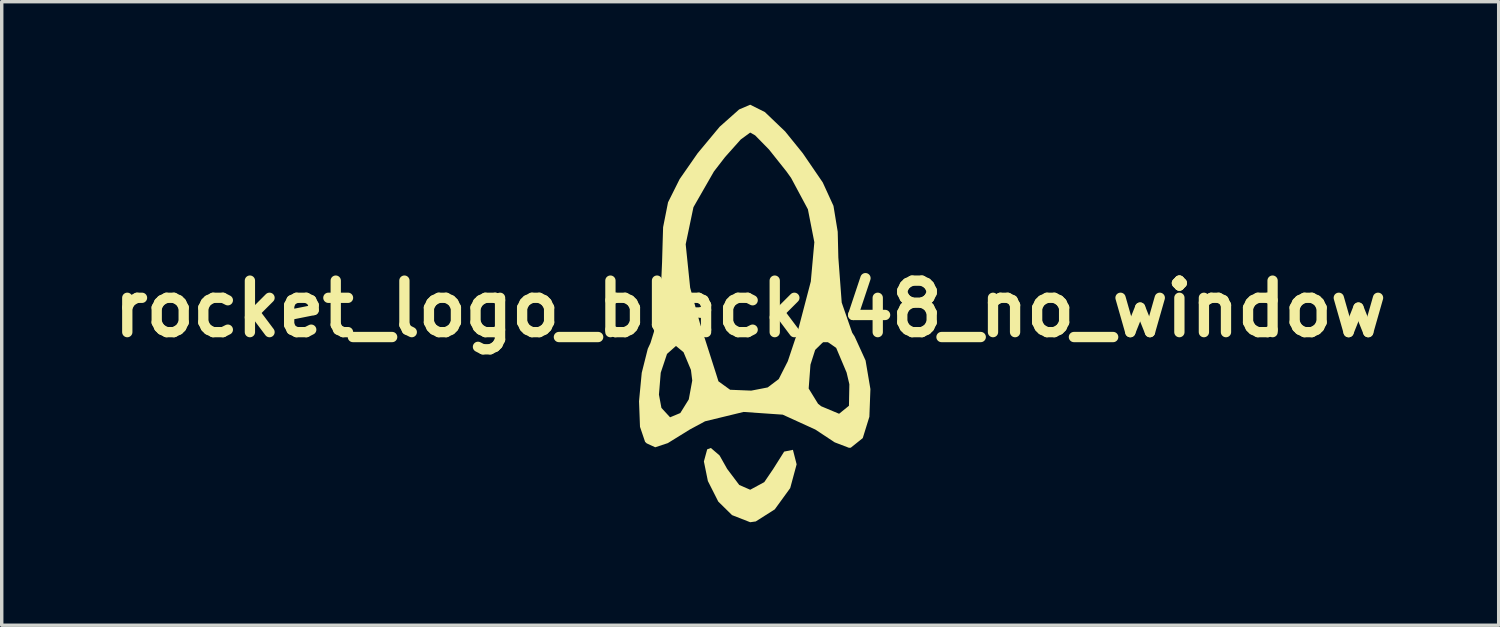
<source format=kicad_pcb>
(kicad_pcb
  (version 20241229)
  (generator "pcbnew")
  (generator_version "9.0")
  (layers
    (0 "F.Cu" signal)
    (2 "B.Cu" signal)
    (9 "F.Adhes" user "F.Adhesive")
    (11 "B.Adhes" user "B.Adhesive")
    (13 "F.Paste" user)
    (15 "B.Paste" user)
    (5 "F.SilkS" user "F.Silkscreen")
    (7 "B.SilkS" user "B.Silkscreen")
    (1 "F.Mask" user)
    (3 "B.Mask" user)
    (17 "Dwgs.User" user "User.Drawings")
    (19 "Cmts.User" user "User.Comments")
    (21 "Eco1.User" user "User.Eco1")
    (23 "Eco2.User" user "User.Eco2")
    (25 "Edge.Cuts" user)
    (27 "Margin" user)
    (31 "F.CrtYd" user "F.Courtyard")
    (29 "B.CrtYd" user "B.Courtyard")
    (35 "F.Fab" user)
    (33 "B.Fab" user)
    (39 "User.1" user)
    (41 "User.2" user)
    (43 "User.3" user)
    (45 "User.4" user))
  (footprint "rocket_logo_black_48_no_window"
    (layer "F.Cu")
    (at 18.8 5.945)
    (property "Reference" "rocket_logo_black_48_no_window" (at 0 0 0) (layer "F.SilkS") (effects (font (size 1.5 1.5) (thickness 0.3))))
    (attr board_only exclude_from_pos_files exclude_from_bom)
    (fp_poly (pts (xy -0.892 4.271) (xy -0.672 4.661) (xy -0.319 5.13) (xy 0 5.269) (xy 0.41 5.047) (xy 0.672 4.661) (xy 0.989 4.158) (xy 1.244 4.106) (xy 1.351 4.524) (xy 1.351 4.533) (xy 1.165 5.221) (xy 0.715 5.841) (xy 0.162 6.192) (xy 0 6.215) (xy -0.529 6.008) (xy -0.93 5.614) (xy -1.233 5.015) (xy -1.349 4.445) (xy -1.253 4.092) (xy -1.145 4.053)) (stroke (width 0) (type solid)) (fill yes) (layer "F.SilkS"))
    (fp_poly (pts (xy 0.426 -5.732) (xy 1.018 -5.166) (xy 1.531 -4.532) (xy 2.113 -3.681) (xy 2.425 -2.999) (xy 2.549 -2.245) (xy 2.567 -1.492) (xy 2.665 -0.183) (xy 2.971 0.697) (xy 3.04 0.803) (xy 3.36 1.504) (xy 3.501 2.337) (xy 3.471 3.143) (xy 3.278 3.765) (xy 2.93 4.044) (xy 2.876 4.047) (xy 2.46 3.888) (xy 1.894 3.514) (xy 1.891 3.513) (xy 0.947 3.082) (xy -0.194 3.003) (xy -1.316 3.276) (xy -1.756 3.513) (xy -2.4 3.911) (xy -2.767 4.032) (xy -3.015 3.918) (xy -3.062 3.873) (xy -3.21 3.436) (xy -3.238 2.693) (xy -3.22 2.499) (xy -2.658 2.499) (xy -2.586 2.885) (xy -2.334 3.159) (xy -2.036 3.035) (xy -1.789 2.637) (xy -1.688 2.088) (xy -1.726 1.779) (xy -1.942 1.263) (xy -2.162 1.081) (xy -2.423 1.313) (xy -2.606 1.861) (xy -2.658 2.499) (xy -3.22 2.499) (xy -3.159 1.863) (xy -2.983 1.163) (xy -2.905 0.996) (xy -2.727 0.42) (xy -2.605 -0.483) (xy -2.567 -1.357) (xy -2.552 -1.881) (xy -1.879 -1.881) (xy -1.749 -0.616) (xy -1.463 0.425) (xy -1.196 1.259) (xy -0.989 1.907) (xy -0.925 2.111) (xy -0.585 2.357) (xy 0.03 2.382) (xy 0.347 2.321) (xy 1.703 2.321) (xy 1.976 2.765) (xy 2.069 2.838) (xy 2.589 3.056) (xy 2.876 2.823) (xy 2.888 2.197) (xy 2.808 1.857) (xy 2.504 1.137) (xy 2.181 0.912) (xy 1.892 1.196) (xy 1.755 1.626) (xy 1.703 2.321) (xy 0.347 2.321) (xy 0.509 2.289) (xy 0.831 2.046) (xy 1.095 1.526) (xy 1.379 0.676) (xy 1.765 -0.796) (xy 1.868 -1.941) (xy 1.68 -2.9) (xy 1.19 -3.814) (xy 1.057 -4) (xy 0.546 -4.642) (xy 0.143 -5.053) (xy 0 -5.134) (xy -0.274 -4.934) (xy -0.732 -4.421) (xy -1.057 -4) (xy -1.653 -2.961) (xy -1.879 -1.881) (xy -2.552 -1.881) (xy -2.537 -2.377) (xy -2.393 -3.103) (xy -2.055 -3.779) (xy -1.531 -4.532) (xy -0.89 -5.303) (xy -0.323 -5.807) (xy 0 -5.945)) (stroke (width 0) (type solid)) (fill yes) (layer "F.SilkS")))
  (gr_rect
    (start -3 -3)
    (end 40.6 15.16)
    (stroke (width 0.1) (type default))
    (fill no)
    (layer "Edge.Cuts")))
</source>
